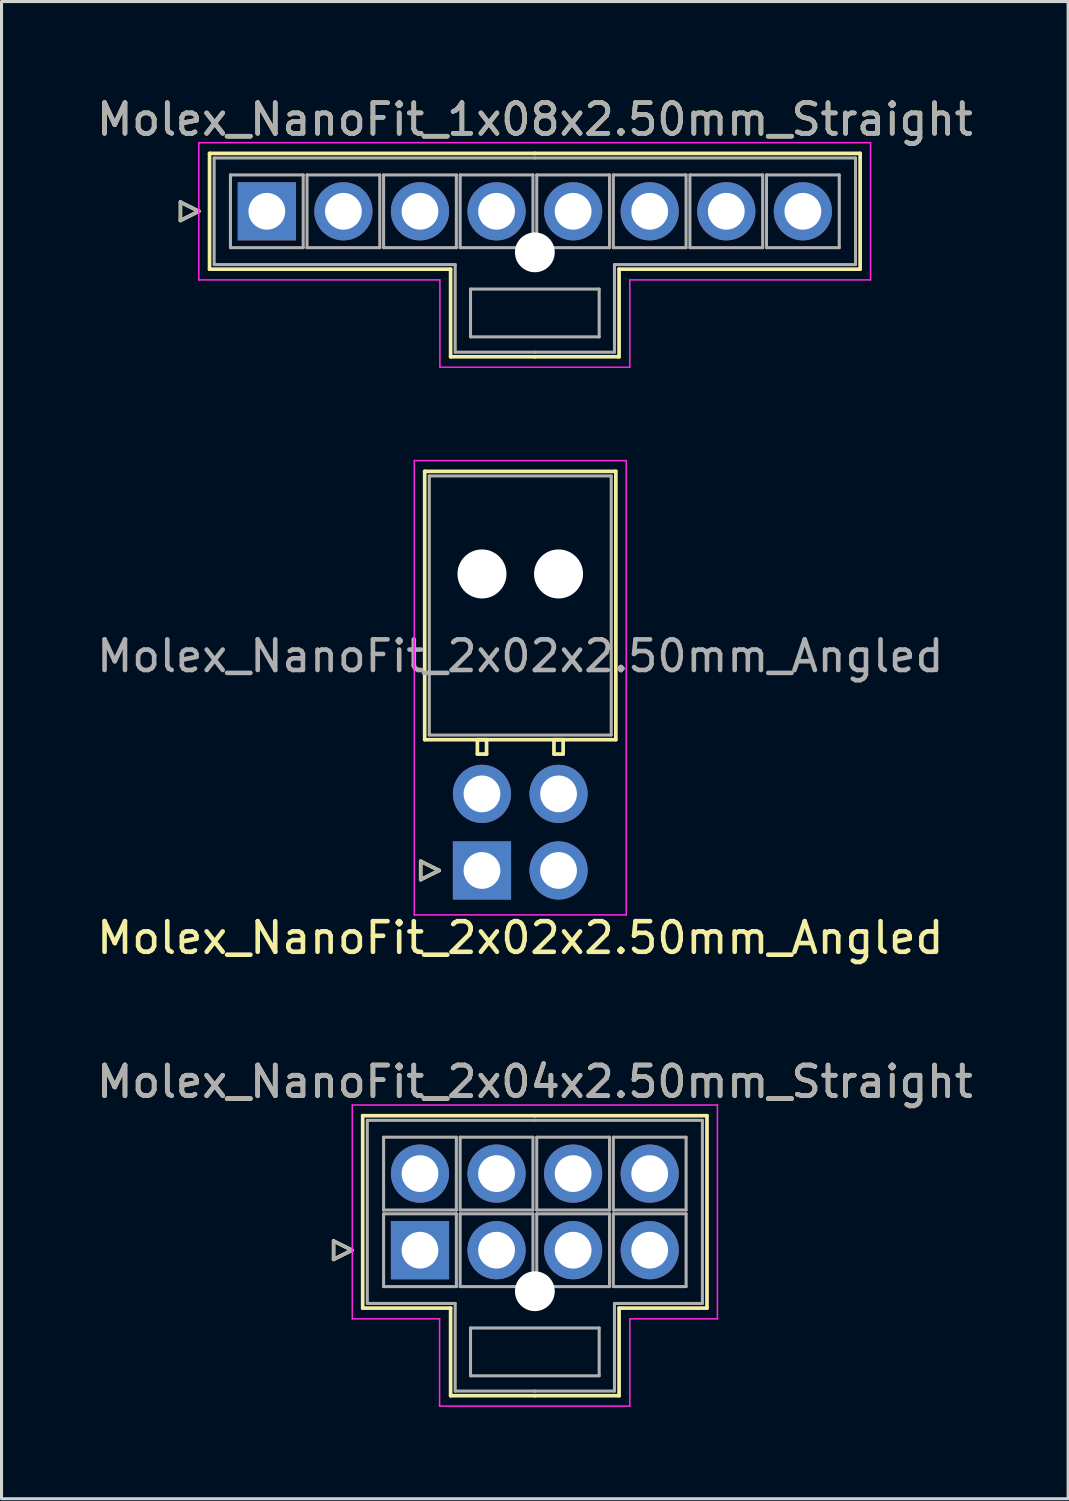
<source format=kicad_pcb>
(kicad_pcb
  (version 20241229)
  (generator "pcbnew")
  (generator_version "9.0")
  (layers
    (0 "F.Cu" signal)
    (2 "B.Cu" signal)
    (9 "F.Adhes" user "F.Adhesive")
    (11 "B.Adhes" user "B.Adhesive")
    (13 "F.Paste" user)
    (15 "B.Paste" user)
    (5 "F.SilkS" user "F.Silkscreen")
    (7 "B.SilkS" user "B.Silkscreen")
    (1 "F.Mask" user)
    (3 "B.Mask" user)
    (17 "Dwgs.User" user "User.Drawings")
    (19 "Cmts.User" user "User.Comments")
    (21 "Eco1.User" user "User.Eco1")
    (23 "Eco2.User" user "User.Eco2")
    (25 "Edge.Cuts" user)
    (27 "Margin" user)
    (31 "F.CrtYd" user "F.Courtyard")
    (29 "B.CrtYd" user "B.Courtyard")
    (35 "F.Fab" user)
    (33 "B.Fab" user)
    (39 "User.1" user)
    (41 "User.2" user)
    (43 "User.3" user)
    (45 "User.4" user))
  (footprint "Molex_NanoFit_2x04x2.50mm_Straight"
    (layer "F.Cu")
    (at 10.661 37.765)
    (property "Reference" "Molex_NanoFit_2x04x2.50mm_Straight" (at 3.75 -5.5 0) (layer "F.SilkS") (effects (font (size 1 1) (thickness 0.15))))
    (attr through_hole)
    (fp_line (start -2.82 -0.3) (end -2.22 0) (stroke (width 0.12) (type solid)) (layer "F.SilkS"))
    (fp_line (start -2.82 0.3) (end -2.82 -0.3) (stroke (width 0.12) (type solid)) (layer "F.SilkS"))
    (fp_line (start -2.22 0) (end -2.82 0.3) (stroke (width 0.12) (type solid)) (layer "F.SilkS"))
    (fp_line (start -1.87 -4.39) (end -1.87 1.89) (stroke (width 0.12) (type solid)) (layer "F.SilkS"))
    (fp_line (start -1.87 1.89) (end 1 1.89) (stroke (width 0.12) (type solid)) (layer "F.SilkS"))
    (fp_line (start 1 1.89) (end 1 4.75) (stroke (width 0.12) (type solid)) (layer "F.SilkS"))
    (fp_line (start 1 4.75) (end 3.75 4.75) (stroke (width 0.12) (type solid)) (layer "F.SilkS"))
    (fp_line (start 3.75 -4.39) (end -1.87 -4.39) (stroke (width 0.12) (type solid)) (layer "F.SilkS"))
    (fp_line (start 3.75 -4.39) (end 9.37 -4.39) (stroke (width 0.12) (type solid)) (layer "F.SilkS"))
    (fp_line (start 6.5 1.89) (end 6.5 4.75) (stroke (width 0.12) (type solid)) (layer "F.SilkS"))
    (fp_line (start 6.5 4.75) (end 3.75 4.75) (stroke (width 0.12) (type solid)) (layer "F.SilkS"))
    (fp_line (start 9.37 -4.39) (end 9.37 1.89) (stroke (width 0.12) (type solid)) (layer "F.SilkS"))
    (fp_line (start 9.37 1.89) (end 6.5 1.89) (stroke (width 0.12) (type solid)) (layer "F.SilkS"))
    (fp_line (start -2.21 -4.74) (end -2.21 2.24) (stroke (width 0.05) (type solid)) (layer "F.CrtYd"))
    (fp_line (start -2.21 2.24) (end 0.64 2.24) (stroke (width 0.05) (type solid)) (layer "F.CrtYd"))
    (fp_line (start 0.64 2.24) (end 0.64 5.09) (stroke (width 0.05) (type solid)) (layer "F.CrtYd"))
    (fp_line (start 0.64 5.09) (end 6.85 5.09) (stroke (width 0.05) (type solid)) (layer "F.CrtYd"))
    (fp_line (start 6.85 2.24) (end 9.71 2.24) (stroke (width 0.05) (type solid)) (layer "F.CrtYd"))
    (fp_line (start 6.85 5.09) (end 6.85 2.24) (stroke (width 0.05) (type solid)) (layer "F.CrtYd"))
    (fp_line (start 9.71 -4.74) (end -2.21 -4.74) (stroke (width 0.05) (type solid)) (layer "F.CrtYd"))
    (fp_line (start 9.71 2.24) (end 9.71 -4.74) (stroke (width 0.05) (type solid)) (layer "F.CrtYd"))
    (fp_line (start -2.82 -0.3) (end -2.22 0) (stroke (width 0.1) (type solid)) (layer "F.Fab"))
    (fp_line (start -2.82 0.3) (end -2.82 -0.3) (stroke (width 0.1) (type solid)) (layer "F.Fab"))
    (fp_line (start -2.22 0) (end -2.82 0.3) (stroke (width 0.1) (type solid)) (layer "F.Fab"))
    (fp_line (start -1.72 -4.24) (end -1.72 1.74) (stroke (width 0.1) (type solid)) (layer "F.Fab"))
    (fp_line (start -1.72 1.74) (end 1.15 1.74) (stroke (width 0.1) (type solid)) (layer "F.Fab"))
    (fp_line (start -1.188 -3.688) (end -1.188 -1.312) (stroke (width 0.1) (type solid)) (layer "F.Fab"))
    (fp_line (start -1.188 -1.312) (end 1.188 -1.312) (stroke (width 0.1) (type solid)) (layer "F.Fab"))
    (fp_line (start -1.188 -1.188) (end -1.188 1.188) (stroke (width 0.1) (type solid)) (layer "F.Fab"))
    (fp_line (start -1.188 1.188) (end 1.188 1.188) (stroke (width 0.1) (type solid)) (layer "F.Fab"))
    (fp_line (start 1.15 1.74) (end 1.15 4.6) (stroke (width 0.1) (type solid)) (layer "F.Fab"))
    (fp_line (start 1.15 4.6) (end 3.75 4.6) (stroke (width 0.1) (type solid)) (layer "F.Fab"))
    (fp_line (start 1.188 -3.688) (end -1.188 -3.688) (stroke (width 0.1) (type solid)) (layer "F.Fab"))
    (fp_line (start 1.188 -1.312) (end 1.188 -3.688) (stroke (width 0.1) (type solid)) (layer "F.Fab"))
    (fp_line (start 1.188 -1.188) (end -1.188 -1.188) (stroke (width 0.1) (type solid)) (layer "F.Fab"))
    (fp_line (start 1.188 1.188) (end 1.188 -1.188) (stroke (width 0.1) (type solid)) (layer "F.Fab"))
    (fp_line (start 1.312 -3.688) (end 1.312 -1.312) (stroke (width 0.1) (type solid)) (layer "F.Fab"))
    (fp_line (start 1.312 -1.312) (end 3.688 -1.312) (stroke (width 0.1) (type solid)) (layer "F.Fab"))
    (fp_line (start 1.312 -1.188) (end 1.312 1.188) (stroke (width 0.1) (type solid)) (layer "F.Fab"))
    (fp_line (start 1.312 1.188) (end 3.688 1.188) (stroke (width 0.1) (type solid)) (layer "F.Fab"))
    (fp_line (start 1.65 2.54) (end 1.65 4.1) (stroke (width 0.1) (type solid)) (layer "F.Fab"))
    (fp_line (start 1.65 4.1) (end 5.85 4.1) (stroke (width 0.1) (type solid)) (layer "F.Fab"))
    (fp_line (start 3.688 -3.688) (end 1.312 -3.688) (stroke (width 0.1) (type solid)) (layer "F.Fab"))
    (fp_line (start 3.688 -1.312) (end 3.688 -3.688) (stroke (width 0.1) (type solid)) (layer "F.Fab"))
    (fp_line (start 3.688 -1.188) (end 1.312 -1.188) (stroke (width 0.1) (type solid)) (layer "F.Fab"))
    (fp_line (start 3.688 1.188) (end 3.688 -1.188) (stroke (width 0.1) (type solid)) (layer "F.Fab"))
    (fp_line (start 3.75 -4.24) (end -1.72 -4.24) (stroke (width 0.1) (type solid)) (layer "F.Fab"))
    (fp_line (start 3.75 -4.24) (end 9.22 -4.24) (stroke (width 0.1) (type solid)) (layer "F.Fab"))
    (fp_line (start 3.812 -3.688) (end 3.812 -1.312) (stroke (width 0.1) (type solid)) (layer "F.Fab"))
    (fp_line (start 3.812 -1.312) (end 6.188 -1.312) (stroke (width 0.1) (type solid)) (layer "F.Fab"))
    (fp_line (start 3.812 -1.188) (end 3.812 1.188) (stroke (width 0.1) (type solid)) (layer "F.Fab"))
    (fp_line (start 3.812 1.188) (end 6.188 1.188) (stroke (width 0.1) (type solid)) (layer "F.Fab"))
    (fp_line (start 5.85 2.54) (end 1.65 2.54) (stroke (width 0.1) (type solid)) (layer "F.Fab"))
    (fp_line (start 5.85 4.1) (end 5.85 2.54) (stroke (width 0.1) (type solid)) (layer "F.Fab"))
    (fp_line (start 6.188 -3.688) (end 3.812 -3.688) (stroke (width 0.1) (type solid)) (layer "F.Fab"))
    (fp_line (start 6.188 -1.312) (end 6.188 -3.688) (stroke (width 0.1) (type solid)) (layer "F.Fab"))
    (fp_line (start 6.188 -1.188) (end 3.812 -1.188) (stroke (width 0.1) (type solid)) (layer "F.Fab"))
    (fp_line (start 6.188 1.188) (end 6.188 -1.188) (stroke (width 0.1) (type solid)) (layer "F.Fab"))
    (fp_line (start 6.312 -3.688) (end 6.312 -1.312) (stroke (width 0.1) (type solid)) (layer "F.Fab"))
    (fp_line (start 6.312 -1.312) (end 8.688 -1.312) (stroke (width 0.1) (type solid)) (layer "F.Fab"))
    (fp_line (start 6.312 -1.188) (end 6.312 1.188) (stroke (width 0.1) (type solid)) (layer "F.Fab"))
    (fp_line (start 6.312 1.188) (end 8.688 1.188) (stroke (width 0.1) (type solid)) (layer "F.Fab"))
    (fp_line (start 6.35 1.74) (end 6.35 4.6) (stroke (width 0.1) (type solid)) (layer "F.Fab"))
    (fp_line (start 6.35 4.6) (end 3.75 4.6) (stroke (width 0.1) (type solid)) (layer "F.Fab"))
    (fp_line (start 8.688 -3.688) (end 6.312 -3.688) (stroke (width 0.1) (type solid)) (layer "F.Fab"))
    (fp_line (start 8.688 -1.312) (end 8.688 -3.688) (stroke (width 0.1) (type solid)) (layer "F.Fab"))
    (fp_line (start 8.688 -1.188) (end 6.312 -1.188) (stroke (width 0.1) (type solid)) (layer "F.Fab"))
    (fp_line (start 8.688 1.188) (end 8.688 -1.188) (stroke (width 0.1) (type solid)) (layer "F.Fab"))
    (fp_line (start 9.22 -4.24) (end 9.22 1.74) (stroke (width 0.1) (type solid)) (layer "F.Fab"))
    (fp_line (start 9.22 1.74) (end 6.35 1.74) (stroke (width 0.1) (type solid)) (layer "F.Fab"))
    (fp_text user "${REFERENCE}" (at 3.75 -5.5 0) (layer "F.Fab") (effects (font (size 1 1) (thickness 0.15))))
    (pad "" np_thru_hole circle (at 3.75 1.34) (size 1.3 1.3) (drill 1.3) (layers "*.Cu" "*.Mask"))
    (pad "1" thru_hole rect (at 0 0) (size 1.9 1.9) (drill 1.2) (layers "*.Cu" "*.Mask"))
    (pad "2" thru_hole circle (at 2.5 0) (size 1.9 1.9) (drill 1.2) (layers "*.Cu" "*.Mask"))
    (pad "3" thru_hole circle (at 5 0) (size 1.9 1.9) (drill 1.2) (layers "*.Cu" "*.Mask"))
    (pad "4" thru_hole circle (at 7.5 0) (size 1.9 1.9) (drill 1.2) (layers "*.Cu" "*.Mask"))
    (pad "5" thru_hole circle (at 0 -2.5) (size 1.9 1.9) (drill 1.2) (layers "*.Cu" "*.Mask"))
    (pad "6" thru_hole circle (at 2.5 -2.5) (size 1.9 1.9) (drill 1.2) (layers "*.Cu" "*.Mask"))
    (pad "7" thru_hole circle (at 5 -2.5) (size 1.9 1.9) (drill 1.2) (layers "*.Cu" "*.Mask"))
    (pad "8" thru_hole circle (at 7.5 -2.5) (size 1.9 1.9) (drill 1.2) (layers "*.Cu" "*.Mask")))
  (footprint "Molex_NanoFit_1x08x2.50mm_Straight"
    (layer "F.Cu")
    (at 5.661 3.848)
    (property "Reference" "Molex_NanoFit_1x08x2.50mm_Straight" (at 8.75 -3 0) (layer "F.SilkS") (effects (font (size 1 1) (thickness 0.15))))
    (attr through_hole)
    (fp_line (start -2.82 -0.3) (end -2.22 0) (stroke (width 0.12) (type solid)) (layer "F.SilkS"))
    (fp_line (start -2.82 0.3) (end -2.82 -0.3) (stroke (width 0.12) (type solid)) (layer "F.SilkS"))
    (fp_line (start -2.22 0) (end -2.82 0.3) (stroke (width 0.12) (type solid)) (layer "F.SilkS"))
    (fp_line (start -1.87 -1.89) (end -1.87 1.89) (stroke (width 0.12) (type solid)) (layer "F.SilkS"))
    (fp_line (start -1.87 1.89) (end 6 1.89) (stroke (width 0.12) (type solid)) (layer "F.SilkS"))
    (fp_line (start 6 1.89) (end 6 4.75) (stroke (width 0.12) (type solid)) (layer "F.SilkS"))
    (fp_line (start 6 4.75) (end 8.75 4.75) (stroke (width 0.12) (type solid)) (layer "F.SilkS"))
    (fp_line (start 8.75 -1.89) (end -1.87 -1.89) (stroke (width 0.12) (type solid)) (layer "F.SilkS"))
    (fp_line (start 8.75 -1.89) (end 19.37 -1.89) (stroke (width 0.12) (type solid)) (layer "F.SilkS"))
    (fp_line (start 11.5 1.89) (end 11.5 4.75) (stroke (width 0.12) (type solid)) (layer "F.SilkS"))
    (fp_line (start 11.5 4.75) (end 8.75 4.75) (stroke (width 0.12) (type solid)) (layer "F.SilkS"))
    (fp_line (start 19.37 -1.89) (end 19.37 1.89) (stroke (width 0.12) (type solid)) (layer "F.SilkS"))
    (fp_line (start 19.37 1.89) (end 11.5 1.89) (stroke (width 0.12) (type solid)) (layer "F.SilkS"))
    (fp_line (start -2.22 -2.24) (end -2.22 2.24) (stroke (width 0.05) (type solid)) (layer "F.CrtYd"))
    (fp_line (start -2.22 2.24) (end 5.65 2.24) (stroke (width 0.05) (type solid)) (layer "F.CrtYd"))
    (fp_line (start 5.65 2.24) (end 5.65 5.09) (stroke (width 0.05) (type solid)) (layer "F.CrtYd"))
    (fp_line (start 5.65 5.09) (end 11.85 5.09) (stroke (width 0.05) (type solid)) (layer "F.CrtYd"))
    (fp_line (start 11.85 2.24) (end 19.71 2.24) (stroke (width 0.05) (type solid)) (layer "F.CrtYd"))
    (fp_line (start 11.85 5.09) (end 11.85 2.24) (stroke (width 0.05) (type solid)) (layer "F.CrtYd"))
    (fp_line (start 19.71 -2.24) (end -2.22 -2.24) (stroke (width 0.05) (type solid)) (layer "F.CrtYd"))
    (fp_line (start 19.71 2.24) (end 19.71 -2.24) (stroke (width 0.05) (type solid)) (layer "F.CrtYd"))
    (fp_line (start -2.82 -0.3) (end -2.22 0) (stroke (width 0.1) (type solid)) (layer "F.Fab"))
    (fp_line (start -2.82 0.3) (end -2.82 -0.3) (stroke (width 0.1) (type solid)) (layer "F.Fab"))
    (fp_line (start -2.22 0) (end -2.82 0.3) (stroke (width 0.1) (type solid)) (layer "F.Fab"))
    (fp_line (start -1.72 -1.74) (end -1.72 1.74) (stroke (width 0.1) (type solid)) (layer "F.Fab"))
    (fp_line (start -1.72 1.74) (end 6.15 1.74) (stroke (width 0.1) (type solid)) (layer "F.Fab"))
    (fp_line (start -1.188 -1.188) (end -1.188 1.188) (stroke (width 0.1) (type solid)) (layer "F.Fab"))
    (fp_line (start -1.188 1.188) (end 1.188 1.188) (stroke (width 0.1) (type solid)) (layer "F.Fab"))
    (fp_line (start 1.188 -1.188) (end -1.188 -1.188) (stroke (width 0.1) (type solid)) (layer "F.Fab"))
    (fp_line (start 1.188 1.188) (end 1.188 -1.188) (stroke (width 0.1) (type solid)) (layer "F.Fab"))
    (fp_line (start 1.312 -1.188) (end 1.312 1.188) (stroke (width 0.1) (type solid)) (layer "F.Fab"))
    (fp_line (start 1.312 1.188) (end 3.688 1.188) (stroke (width 0.1) (type solid)) (layer "F.Fab"))
    (fp_line (start 3.688 -1.188) (end 1.312 -1.188) (stroke (width 0.1) (type solid)) (layer "F.Fab"))
    (fp_line (start 3.688 1.188) (end 3.688 -1.188) (stroke (width 0.1) (type solid)) (layer "F.Fab"))
    (fp_line (start 3.812 -1.188) (end 3.812 1.188) (stroke (width 0.1) (type solid)) (layer "F.Fab"))
    (fp_line (start 3.812 1.188) (end 6.188 1.188) (stroke (width 0.1) (type solid)) (layer "F.Fab"))
    (fp_line (start 6.15 1.74) (end 6.15 4.6) (stroke (width 0.1) (type solid)) (layer "F.Fab"))
    (fp_line (start 6.15 4.6) (end 8.75 4.6) (stroke (width 0.1) (type solid)) (layer "F.Fab"))
    (fp_line (start 6.188 -1.188) (end 3.812 -1.188) (stroke (width 0.1) (type solid)) (layer "F.Fab"))
    (fp_line (start 6.188 1.188) (end 6.188 -1.188) (stroke (width 0.1) (type solid)) (layer "F.Fab"))
    (fp_line (start 6.312 -1.188) (end 6.312 1.188) (stroke (width 0.1) (type solid)) (layer "F.Fab"))
    (fp_line (start 6.312 1.188) (end 8.688 1.188) (stroke (width 0.1) (type solid)) (layer "F.Fab"))
    (fp_line (start 6.65 2.54) (end 6.65 4.1) (stroke (width 0.1) (type solid)) (layer "F.Fab"))
    (fp_line (start 6.65 4.1) (end 10.85 4.1) (stroke (width 0.1) (type solid)) (layer "F.Fab"))
    (fp_line (start 8.688 -1.188) (end 6.312 -1.188) (stroke (width 0.1) (type solid)) (layer "F.Fab"))
    (fp_line (start 8.688 1.188) (end 8.688 -1.188) (stroke (width 0.1) (type solid)) (layer "F.Fab"))
    (fp_line (start 8.75 -1.74) (end -1.72 -1.74) (stroke (width 0.1) (type solid)) (layer "F.Fab"))
    (fp_line (start 8.75 -1.74) (end 19.22 -1.74) (stroke (width 0.1) (type solid)) (layer "F.Fab"))
    (fp_line (start 8.812 -1.188) (end 8.812 1.188) (stroke (width 0.1) (type solid)) (layer "F.Fab"))
    (fp_line (start 8.812 1.188) (end 11.188 1.188) (stroke (width 0.1) (type solid)) (layer "F.Fab"))
    (fp_line (start 10.85 2.54) (end 6.65 2.54) (stroke (width 0.1) (type solid)) (layer "F.Fab"))
    (fp_line (start 10.85 4.1) (end 10.85 2.54) (stroke (width 0.1) (type solid)) (layer "F.Fab"))
    (fp_line (start 11.188 -1.188) (end 8.812 -1.188) (stroke (width 0.1) (type solid)) (layer "F.Fab"))
    (fp_line (start 11.188 1.188) (end 11.188 -1.188) (stroke (width 0.1) (type solid)) (layer "F.Fab"))
    (fp_line (start 11.312 -1.188) (end 11.312 1.188) (stroke (width 0.1) (type solid)) (layer "F.Fab"))
    (fp_line (start 11.312 1.188) (end 13.688 1.188) (stroke (width 0.1) (type solid)) (layer "F.Fab"))
    (fp_line (start 11.35 1.74) (end 11.35 4.6) (stroke (width 0.1) (type solid)) (layer "F.Fab"))
    (fp_line (start 11.35 4.6) (end 8.75 4.6) (stroke (width 0.1) (type solid)) (layer "F.Fab"))
    (fp_line (start 13.688 -1.188) (end 11.312 -1.188) (stroke (width 0.1) (type solid)) (layer "F.Fab"))
    (fp_line (start 13.688 1.188) (end 13.688 -1.188) (stroke (width 0.1) (type solid)) (layer "F.Fab"))
    (fp_line (start 13.812 -1.188) (end 13.812 1.188) (stroke (width 0.1) (type solid)) (layer "F.Fab"))
    (fp_line (start 13.812 1.188) (end 16.188 1.188) (stroke (width 0.1) (type solid)) (layer "F.Fab"))
    (fp_line (start 16.188 -1.188) (end 13.812 -1.188) (stroke (width 0.1) (type solid)) (layer "F.Fab"))
    (fp_line (start 16.188 1.188) (end 16.188 -1.188) (stroke (width 0.1) (type solid)) (layer "F.Fab"))
    (fp_line (start 16.312 -1.188) (end 16.312 1.188) (stroke (width 0.1) (type solid)) (layer "F.Fab"))
    (fp_line (start 16.312 1.188) (end 18.688 1.188) (stroke (width 0.1) (type solid)) (layer "F.Fab"))
    (fp_line (start 18.688 -1.188) (end 16.312 -1.188) (stroke (width 0.1) (type solid)) (layer "F.Fab"))
    (fp_line (start 18.688 1.188) (end 18.688 -1.188) (stroke (width 0.1) (type solid)) (layer "F.Fab"))
    (fp_line (start 19.22 -1.74) (end 19.22 1.74) (stroke (width 0.1) (type solid)) (layer "F.Fab"))
    (fp_line (start 19.22 1.74) (end 11.35 1.74) (stroke (width 0.1) (type solid)) (layer "F.Fab"))
    (fp_text user "${REFERENCE}" (at 8.75 -3 0) (layer "F.Fab") (effects (font (size 1 1) (thickness 0.15))))
    (pad "" np_thru_hole circle (at 8.75 1.34) (size 1.3 1.3) (drill 1.3) (layers "*.Cu" "*.Mask"))
    (pad "1" thru_hole rect (at 0 0) (size 1.9 1.9) (drill 1.2) (layers "*.Cu" "*.Mask"))
    (pad "2" thru_hole circle (at 2.5 0) (size 1.9 1.9) (drill 1.2) (layers "*.Cu" "*.Mask"))
    (pad "3" thru_hole circle (at 5 0) (size 1.9 1.9) (drill 1.2) (layers "*.Cu" "*.Mask"))
    (pad "4" thru_hole circle (at 7.5 0) (size 1.9 1.9) (drill 1.2) (layers "*.Cu" "*.Mask"))
    (pad "5" thru_hole circle (at 10 0) (size 1.9 1.9) (drill 1.2) (layers "*.Cu" "*.Mask"))
    (pad "6" thru_hole circle (at 12.5 0) (size 1.9 1.9) (drill 1.2) (layers "*.Cu" "*.Mask"))
    (pad "7" thru_hole circle (at 15 0) (size 1.9 1.9) (drill 1.2) (layers "*.Cu" "*.Mask"))
    (pad "8" thru_hole circle (at 17.5 0) (size 1.9 1.9) (drill 1.2) (layers "*.Cu" "*.Mask")))
  (footprint "Molex_NanoFit_2x02x2.50mm_Angled"
    (layer "F.Cu")
    (at 12.685 25.368)
    (property "Reference" "Molex_NanoFit_2x02x2.50mm_Angled" (at 1.25 2.2 0) (layer "F.SilkS") (effects (font (size 1 1) (thickness 0.15))))
    (attr through_hole)
    (fp_line (start -2 -0.3) (end -1.4 0) (stroke (width 0.12) (type solid)) (layer "F.SilkS"))
    (fp_line (start -2 0.3) (end -2 -0.3) (stroke (width 0.12) (type solid)) (layer "F.SilkS"))
    (fp_line (start -1.87 -13.03) (end -1.87 -4.27) (stroke (width 0.12) (type solid)) (layer "F.SilkS"))
    (fp_line (start -1.87 -4.27) (end 4.37 -4.27) (stroke (width 0.12) (type solid)) (layer "F.SilkS"))
    (fp_line (start -1.4 0) (end -2 0.3) (stroke (width 0.12) (type solid)) (layer "F.SilkS"))
    (fp_line (start -0.15 -4.27) (end -0.15 -3.8) (stroke (width 0.12) (type solid)) (layer "F.SilkS"))
    (fp_line (start -0.15 -3.8) (end 0.15 -3.8) (stroke (width 0.12) (type solid)) (layer "F.SilkS"))
    (fp_line (start 0.15 -4.27) (end -0.15 -4.27) (stroke (width 0.12) (type solid)) (layer "F.SilkS"))
    (fp_line (start 0.15 -3.8) (end 0.15 -4.27) (stroke (width 0.12) (type solid)) (layer "F.SilkS"))
    (fp_line (start 2.35 -4.27) (end 2.35 -3.8) (stroke (width 0.12) (type solid)) (layer "F.SilkS"))
    (fp_line (start 2.35 -3.8) (end 2.65 -3.8) (stroke (width 0.12) (type solid)) (layer "F.SilkS"))
    (fp_line (start 2.65 -4.27) (end 2.35 -4.27) (stroke (width 0.12) (type solid)) (layer "F.SilkS"))
    (fp_line (start 2.65 -3.8) (end 2.65 -4.27) (stroke (width 0.12) (type solid)) (layer "F.SilkS"))
    (fp_line (start 4.37 -13.03) (end -1.87 -13.03) (stroke (width 0.12) (type solid)) (layer "F.SilkS"))
    (fp_line (start 4.37 -4.27) (end 4.37 -13.03) (stroke (width 0.12) (type solid)) (layer "F.SilkS"))
    (fp_line (start -2.21 -13.38) (end -2.21 1.45) (stroke (width 0.05) (type solid)) (layer "F.CrtYd"))
    (fp_line (start -2.21 1.45) (end 4.71 1.45) (stroke (width 0.05) (type solid)) (layer "F.CrtYd"))
    (fp_line (start 4.71 -13.38) (end -2.21 -13.38) (stroke (width 0.05) (type solid)) (layer "F.CrtYd"))
    (fp_line (start 4.71 1.45) (end 4.71 -13.38) (stroke (width 0.05) (type solid)) (layer "F.CrtYd"))
    (fp_line (start -2 -0.3) (end -1.4 0) (stroke (width 0.1) (type solid)) (layer "F.Fab"))
    (fp_line (start -2 0.3) (end -2 -0.3) (stroke (width 0.1) (type solid)) (layer "F.Fab"))
    (fp_line (start -1.72 -12.88) (end -1.72 -4.42) (stroke (width 0.1) (type solid)) (layer "F.Fab"))
    (fp_line (start -1.72 -4.42) (end 4.22 -4.42) (stroke (width 0.1) (type solid)) (layer "F.Fab"))
    (fp_line (start -1.4 0) (end -2 0.3) (stroke (width 0.1) (type solid)) (layer "F.Fab"))
    (fp_line (start 4.22 -12.88) (end -1.72 -12.88) (stroke (width 0.1) (type solid)) (layer "F.Fab"))
    (fp_line (start 4.22 -4.42) (end 4.22 -12.88) (stroke (width 0.1) (type solid)) (layer "F.Fab"))
    (fp_text user "${REFERENCE}" (at 1.25 -7 0) (layer "F.Fab") (effects (font (size 1 1) (thickness 0.15))))
    (pad "" np_thru_hole circle (at 0 -9.68) (size 1.6 1.6) (drill 1.6) (layers "*.Cu" "*.Mask"))
    (pad "" np_thru_hole circle (at 2.5 -9.68) (size 1.6 1.6) (drill 1.6) (layers "*.Cu" "*.Mask"))
    (pad "1" thru_hole rect (at 0 0) (size 1.9 1.9) (drill 1.2) (layers "*.Cu" "*.Mask"))
    (pad "2" thru_hole circle (at 2.5 0) (size 1.9 1.9) (drill 1.2) (layers "*.Cu" "*.Mask"))
    (pad "3" thru_hole circle (at 0 -2.5) (size 1.9 1.9) (drill 1.2) (layers "*.Cu" "*.Mask"))
    (pad "4" thru_hole circle (at 2.5 -2.5) (size 1.9 1.9) (drill 1.2) (layers "*.Cu" "*.Mask")))
  (gr_rect
    (start -3 -3)
    (end 31.821 45.88)
    (stroke (width 0.1) (type default))
    (fill no)
    (layer "Edge.Cuts")))
</source>
